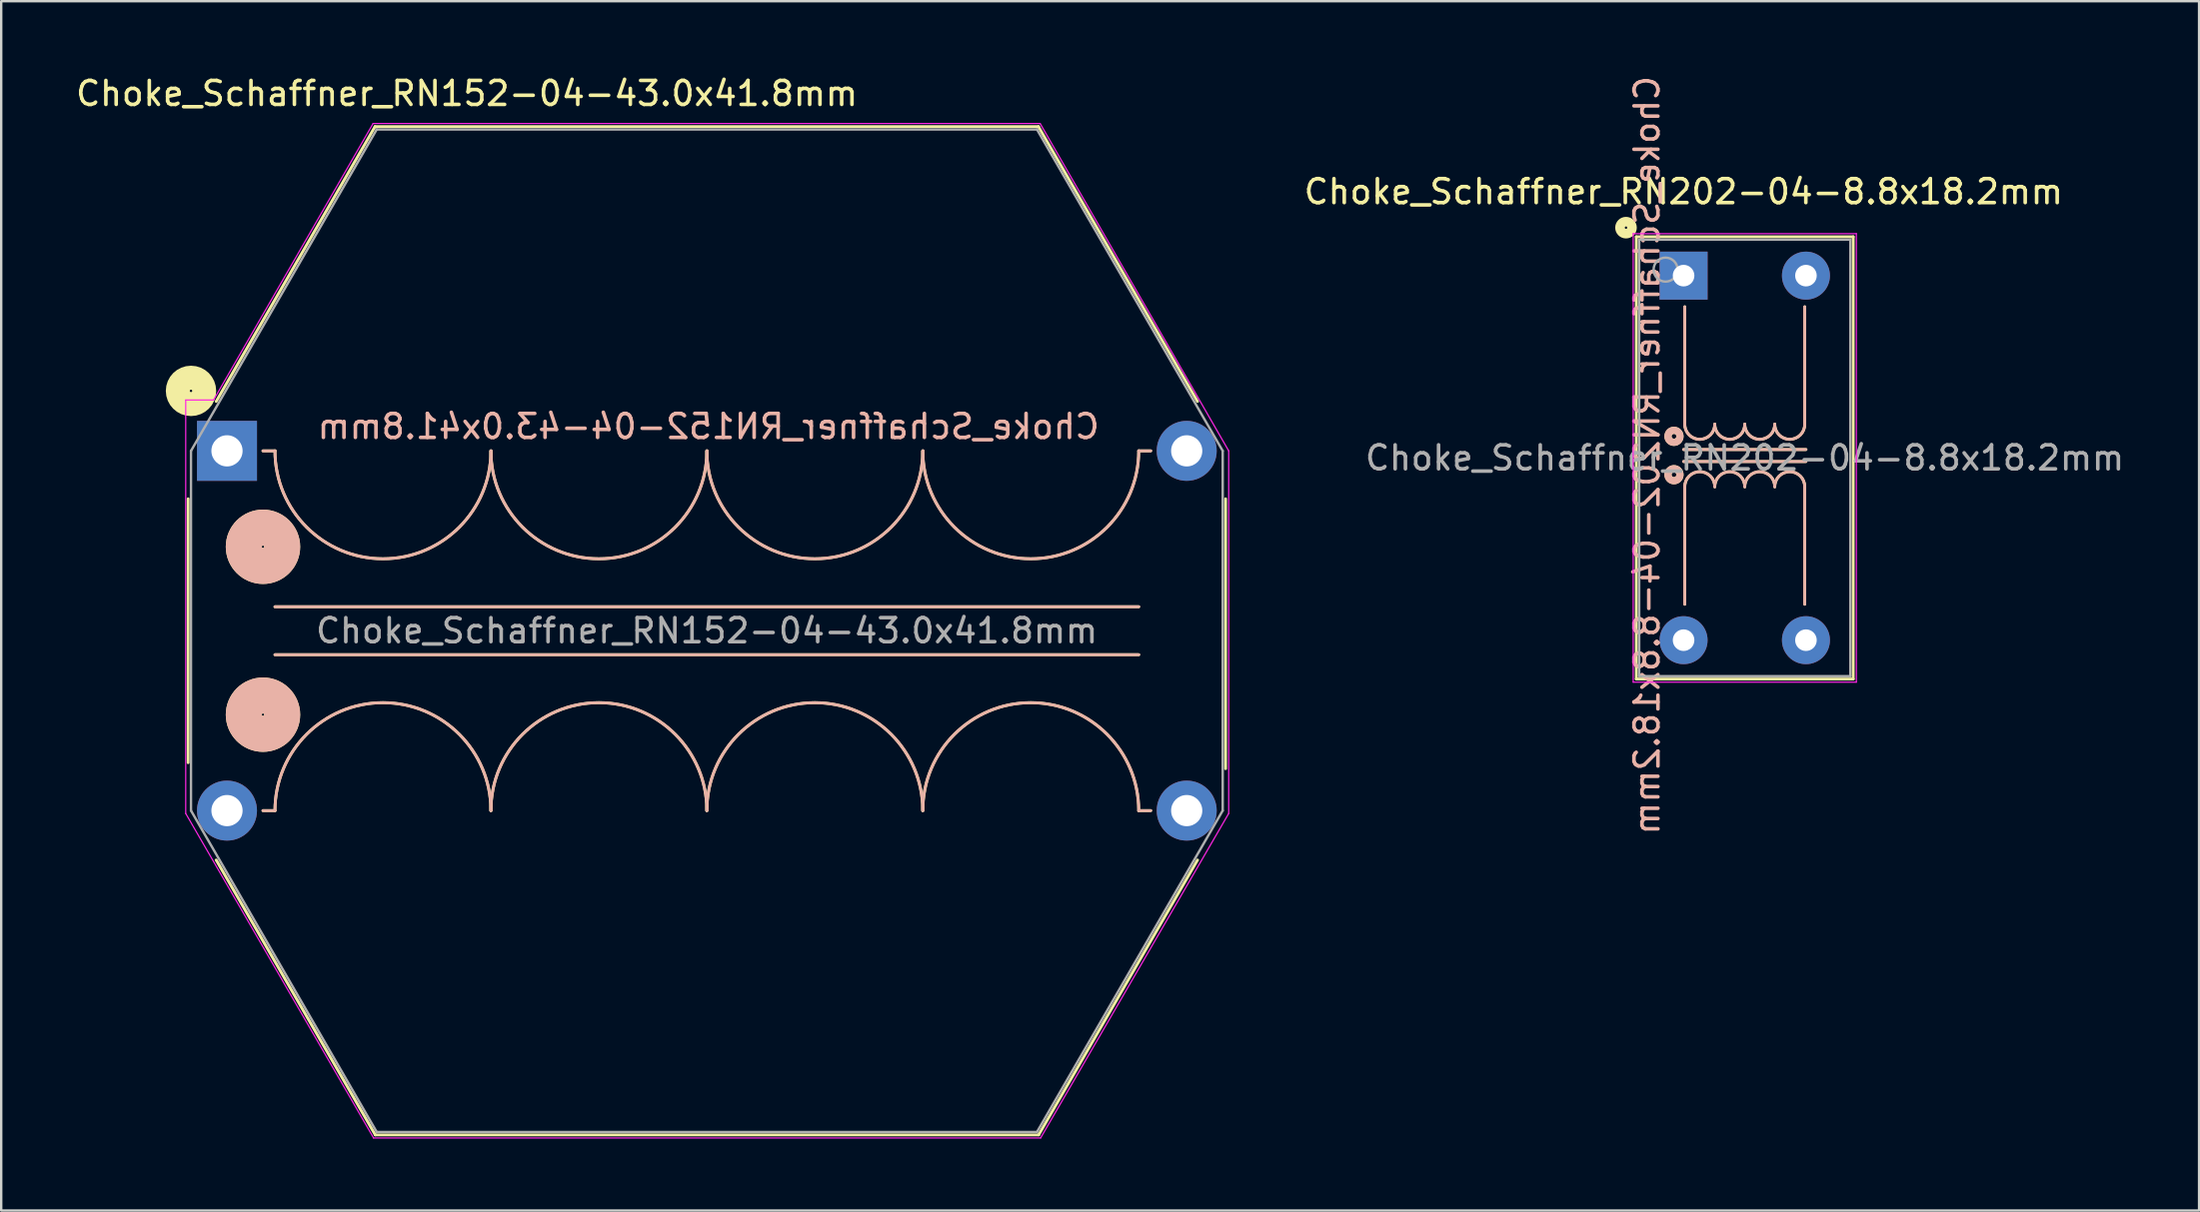
<source format=kicad_pcb>
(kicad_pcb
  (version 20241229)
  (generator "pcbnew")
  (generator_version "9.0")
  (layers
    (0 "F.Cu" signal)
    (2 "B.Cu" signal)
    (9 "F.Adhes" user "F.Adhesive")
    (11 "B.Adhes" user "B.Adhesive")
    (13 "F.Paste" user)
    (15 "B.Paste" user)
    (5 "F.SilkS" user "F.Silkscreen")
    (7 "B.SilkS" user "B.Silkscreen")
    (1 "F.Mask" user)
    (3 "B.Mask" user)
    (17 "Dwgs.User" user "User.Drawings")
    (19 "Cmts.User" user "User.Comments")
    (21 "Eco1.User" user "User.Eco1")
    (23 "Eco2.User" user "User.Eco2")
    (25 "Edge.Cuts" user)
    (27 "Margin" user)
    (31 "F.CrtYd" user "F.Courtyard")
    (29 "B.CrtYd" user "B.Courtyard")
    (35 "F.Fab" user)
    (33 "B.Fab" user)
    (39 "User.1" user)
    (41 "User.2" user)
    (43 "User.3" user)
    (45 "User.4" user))
  (footprint "Choke_Schaffner_RN152-04-43.0x41.8mm"
    (layer "F.Cu")
    (at 6.411 15.748)
    (property "Reference" "Choke_Schaffner_RN152-04-43.0x41.8mm" (at 10 -14.9 0) (layer "F.SilkS") (effects (font (size 1 1) (thickness 0.15))))
    (fp_line (start -1.62 13) (end -1.62 2) (stroke (width 0.12) (type solid)) (layer "F.SilkS"))
    (fp_line (start -0.45 -2.06) (end 6.17 -13.52) (stroke (width 0.12) (type solid)) (layer "F.SilkS"))
    (fp_line (start 2 0) (end 1.5 0) (stroke (width 0.12) (type solid)) (layer "F.SilkS"))
    (fp_line (start 2 8.5) (end 38 8.5) (stroke (width 0.12) (type solid)) (layer "F.SilkS"))
    (fp_line (start 2 15) (end 1.5 15) (stroke (width 0.12) (type solid)) (layer "F.SilkS"))
    (fp_line (start 6.17 -13.52) (end 33.82 -13.52) (stroke (width 0.12) (type solid)) (layer "F.SilkS"))
    (fp_line (start 6.18 28.52) (end -0.45 17.06) (stroke (width 0.12) (type solid)) (layer "F.SilkS"))
    (fp_line (start 33.82 -13.52) (end 40.45 -2.06) (stroke (width 0.12) (type solid)) (layer "F.SilkS"))
    (fp_line (start 33.83 28.52) (end 6.18 28.52) (stroke (width 0.12) (type solid)) (layer "F.SilkS"))
    (fp_line (start 38 0) (end 38.5 0) (stroke (width 0.12) (type solid)) (layer "F.SilkS"))
    (fp_line (start 38 6.5) (end 2 6.5) (stroke (width 0.12) (type solid)) (layer "F.SilkS"))
    (fp_line (start 38 15) (end 38.5 15) (stroke (width 0.12) (type solid)) (layer "F.SilkS"))
    (fp_line (start 40.45 17.06) (end 33.83 28.52) (stroke (width 0.12) (type solid)) (layer "F.SilkS"))
    (fp_line (start 41.62 2) (end 41.62 13.25) (stroke (width 0.12) (type solid)) (layer "F.SilkS"))
    (fp_arc (start 2 15) (mid 6.5 10.5) (end 11 15) (stroke (width 0.12) (type solid)) (layer "F.SilkS"))
    (fp_arc (start 11 0) (mid 6.5 4.5) (end 2 0) (stroke (width 0.12) (type solid)) (layer "F.SilkS"))
    (fp_arc (start 11 15) (mid 15.5 10.5) (end 20 15) (stroke (width 0.12) (type solid)) (layer "F.SilkS"))
    (fp_arc (start 20 0) (mid 15.5 4.5) (end 11 0) (stroke (width 0.12) (type solid)) (layer "F.SilkS"))
    (fp_arc (start 20 15) (mid 24.5 10.5) (end 29 15) (stroke (width 0.12) (type solid)) (layer "F.SilkS"))
    (fp_arc (start 29 0) (mid 24.5 4.5) (end 20 0) (stroke (width 0.12) (type solid)) (layer "F.SilkS"))
    (fp_arc (start 29 15) (mid 33.5 10.5) (end 38 15) (stroke (width 0.12) (type solid)) (layer "F.SilkS"))
    (fp_arc (start 38 0) (mid 33.5 4.5) (end 29 0) (stroke (width 0.12) (type solid)) (layer "F.SilkS"))
    (fp_circle (center -1.5 -2.5) (end -1.45 -2.5) (stroke (width 1) (type solid)) (fill no) (layer "F.SilkS"))
    (fp_circle (center 1.5 4) (end 1.55 4) (stroke (width 1.5) (type solid)) (fill no) (layer "F.SilkS"))
    (fp_circle (center 1.5 11) (end 1.55 11) (stroke (width 1.5) (type solid)) (fill no) (layer "F.SilkS"))
    (fp_line (start 2 0) (end 1.5 0) (stroke (width 0.12) (type solid)) (layer "B.SilkS"))
    (fp_line (start 2 6.5) (end 38 6.5) (stroke (width 0.12) (type solid)) (layer "B.SilkS"))
    (fp_line (start 2 15) (end 1.5 15) (stroke (width 0.12) (type solid)) (layer "B.SilkS"))
    (fp_line (start 38 0) (end 38.5 0) (stroke (width 0.12) (type solid)) (layer "B.SilkS"))
    (fp_line (start 38 8.5) (end 2 8.5) (stroke (width 0.12) (type solid)) (layer "B.SilkS"))
    (fp_line (start 38 15) (end 38.5 15) (stroke (width 0.12) (type solid)) (layer "B.SilkS"))
    (fp_arc (start 2 15) (mid 6.5 10.5) (end 11 15) (stroke (width 0.12) (type solid)) (layer "B.SilkS"))
    (fp_arc (start 11 0) (mid 6.5 4.5) (end 2 0) (stroke (width 0.12) (type solid)) (layer "B.SilkS"))
    (fp_arc (start 11 15) (mid 15.5 10.5) (end 20 15) (stroke (width 0.12) (type solid)) (layer "B.SilkS"))
    (fp_arc (start 20 0) (mid 15.5 4.5) (end 11 0) (stroke (width 0.12) (type solid)) (layer "B.SilkS"))
    (fp_arc (start 20 15) (mid 24.5 10.5) (end 29 15) (stroke (width 0.12) (type solid)) (layer "B.SilkS"))
    (fp_arc (start 29 0) (mid 24.5 4.5) (end 20 0) (stroke (width 0.12) (type solid)) (layer "B.SilkS"))
    (fp_arc (start 29 15) (mid 33.5 10.5) (end 38 15) (stroke (width 0.12) (type solid)) (layer "B.SilkS"))
    (fp_arc (start 38 0) (mid 33.5 4.5) (end 29 0) (stroke (width 0.12) (type solid)) (layer "B.SilkS"))
    (fp_circle (center 1.5 4) (end 1.55 4) (stroke (width 1.5) (type solid)) (fill no) (layer "B.SilkS"))
    (fp_circle (center 1.5 11) (end 1.55 11) (stroke (width 1.5) (type solid)) (fill no) (layer "B.SilkS"))
    (fp_line (start -1.72 -2.12) (end -0.56 -2.12) (stroke (width 0.05) (type solid)) (layer "F.CrtYd"))
    (fp_line (start -1.72 15.12) (end -1.72 -2.12) (stroke (width 0.05) (type solid)) (layer "F.CrtYd"))
    (fp_line (start -0.56 -2.12) (end 6.09 -13.65) (stroke (width 0.05) (type solid)) (layer "F.CrtYd"))
    (fp_line (start 6.09 -13.65) (end 33.89 -13.65) (stroke (width 0.05) (type solid)) (layer "F.CrtYd"))
    (fp_line (start 6.11 28.65) (end -1.72 15.12) (stroke (width 0.05) (type solid)) (layer "F.CrtYd"))
    (fp_line (start 33.89 -13.65) (end 41.75 0) (stroke (width 0.05) (type solid)) (layer "F.CrtYd"))
    (fp_line (start 33.91 28.65) (end 6.11 28.65) (stroke (width 0.05) (type solid)) (layer "F.CrtYd"))
    (fp_line (start 41.75 0) (end 41.75 15.12) (stroke (width 0.05) (type solid)) (layer "F.CrtYd"))
    (fp_line (start 41.75 15.12) (end 33.91 28.65) (stroke (width 0.05) (type solid)) (layer "F.CrtYd"))
    (fp_line (start -1.5 0) (end 6.24 -13.4) (stroke (width 0.1) (type solid)) (layer "F.Fab"))
    (fp_line (start -1.5 15) (end -1.5 0) (stroke (width 0.1) (type solid)) (layer "F.Fab"))
    (fp_line (start 6.24 -13.4) (end 33.76 -13.4) (stroke (width 0.1) (type solid)) (layer "F.Fab"))
    (fp_line (start 6.24 28.4) (end -1.5 15) (stroke (width 0.1) (type solid)) (layer "F.Fab"))
    (fp_line (start 33.76 -13.4) (end 41.5 0) (stroke (width 0.1) (type solid)) (layer "F.Fab"))
    (fp_line (start 33.76 28.4) (end 6.24 28.4) (stroke (width 0.1) (type solid)) (layer "F.Fab"))
    (fp_line (start 41.5 0) (end 41.5 15) (stroke (width 0.1) (type solid)) (layer "F.Fab"))
    (fp_line (start 41.5 15) (end 33.76 28.4) (stroke (width 0.1) (type solid)) (layer "F.Fab"))
    (fp_circle (center 0 0) (end 0.5 0) (stroke (width 0.1) (type solid)) (fill no) (layer "F.Fab"))
    (fp_text user "${REFERENCE}" (at 20.066 -1.016 0) (layer "B.SilkS") (effects (font (size 1 1) (thickness 0.15)) (justify mirror)))
    (fp_text user "${REFERENCE}" (at 20 7.5 0) (layer "F.Fab") (effects (font (size 1 1) (thickness 0.15))))
    (pad "1" thru_hole rect (at 0 0) (size 2.5 2.5) (drill 1.3) (layers "*.Cu" "*.Mask"))
    (pad "2" thru_hole circle (at 40 0) (size 2.5 2.5) (drill 1.3) (layers "*.Cu" "*.Mask"))
    (pad "3" thru_hole circle (at 0 15) (size 2.5 2.5) (drill 1.3) (layers "*.Cu" "*.Mask"))
    (pad "4" thru_hole circle (at 40 15) (size 2.5 2.5) (drill 1.3) (layers "*.Cu" "*.Mask")))
  (footprint "Choke_Schaffner_RN202-04-8.8x18.2mm"
    (layer "F.Cu")
    (at 67.12 8.442)
    (property "Reference" "Choke_Schaffner_RN202-04-8.8x18.2mm" (at 0 -3.5 0) (layer "F.SilkS") (effects (font (size 1 1) (thickness 0.15))))
    (fp_line (start -1.97 -1.62) (end 7.07 -1.62) (stroke (width 0.12) (type solid)) (layer "F.SilkS"))
    (fp_line (start -1.97 16.82) (end -1.97 -1.62) (stroke (width 0.12) (type solid)) (layer "F.SilkS"))
    (fp_line (start 0 7.75) (end 5.1 7.75) (stroke (width 0.12) (type solid)) (layer "F.SilkS"))
    (fp_line (start 0.05 1.3) (end 0.05 6.2) (stroke (width 0.12) (type solid)) (layer "F.SilkS"))
    (fp_line (start 0.05 8.8) (end 0.05 13.7) (stroke (width 0.12) (type solid)) (layer "F.SilkS"))
    (fp_line (start 5.05 6.2) (end 5.05 1.3) (stroke (width 0.12) (type solid)) (layer "F.SilkS"))
    (fp_line (start 5.05 13.7) (end 5.05 8.8) (stroke (width 0.12) (type solid)) (layer "F.SilkS"))
    (fp_line (start 5.1 7.25) (end 0 7.25) (stroke (width 0.12) (type solid)) (layer "F.SilkS"))
    (fp_line (start 7.07 -1.62) (end 7.07 16.82) (stroke (width 0.12) (type solid)) (layer "F.SilkS"))
    (fp_line (start 7.07 16.82) (end -1.97 16.82) (stroke (width 0.12) (type solid)) (layer "F.SilkS"))
    (fp_arc (start 0.05 8.8) (mid 0.675 8.175) (end 1.3 8.8) (stroke (width 0.12) (type solid)) (layer "F.SilkS"))
    (fp_arc (start 1.3 6.2) (mid 0.675 6.825) (end 0.05 6.2) (stroke (width 0.12) (type solid)) (layer "F.SilkS"))
    (fp_arc (start 1.3 8.8) (mid 1.925 8.175) (end 2.55 8.8) (stroke (width 0.12) (type solid)) (layer "F.SilkS"))
    (fp_arc (start 2.55 6.2) (mid 1.925 6.825) (end 1.3 6.2) (stroke (width 0.12) (type solid)) (layer "F.SilkS"))
    (fp_arc (start 2.55 8.8) (mid 3.175 8.175) (end 3.8 8.8) (stroke (width 0.12) (type solid)) (layer "F.SilkS"))
    (fp_arc (start 3.8 6.2) (mid 3.175 6.825) (end 2.55 6.2) (stroke (width 0.12) (type solid)) (layer "F.SilkS"))
    (fp_arc (start 3.8 8.8) (mid 4.425 8.175) (end 5.05 8.8) (stroke (width 0.12) (type solid)) (layer "F.SilkS"))
    (fp_arc (start 5.05 6.2) (mid 4.425 6.825) (end 3.8 6.2) (stroke (width 0.12) (type solid)) (layer "F.SilkS"))
    (fp_circle (center -2.4 -2) (end -2.35 -2) (stroke (width 0.4) (type solid)) (fill no) (layer "F.SilkS"))
    (fp_circle (center -0.4 6.7) (end -0.3 6.7) (stroke (width 0.3) (type solid)) (fill no) (layer "F.SilkS"))
    (fp_circle (center -0.4 8.3) (end -0.5 8.3) (stroke (width 0.3) (type solid)) (fill no) (layer "F.SilkS"))
    (fp_line (start 0 7.25) (end 5.1 7.25) (stroke (width 0.12) (type solid)) (layer "B.SilkS"))
    (fp_line (start 0.05 6.2) (end 0.05 1.3) (stroke (width 0.12) (type solid)) (layer "B.SilkS"))
    (fp_line (start 0.05 13.7) (end 0.05 8.8) (stroke (width 0.12) (type solid)) (layer "B.SilkS"))
    (fp_line (start 5.05 1.3) (end 5.05 6.2) (stroke (width 0.12) (type solid)) (layer "B.SilkS"))
    (fp_line (start 5.05 8.8) (end 5.05 13.7) (stroke (width 0.12) (type solid)) (layer "B.SilkS"))
    (fp_line (start 5.1 7.75) (end 0 7.75) (stroke (width 0.12) (type solid)) (layer "B.SilkS"))
    (fp_arc (start 0.05 8.8) (mid 0.675 8.175) (end 1.3 8.8) (stroke (width 0.12) (type solid)) (layer "B.SilkS"))
    (fp_arc (start 1.3 6.2) (mid 0.675 6.825) (end 0.05 6.2) (stroke (width 0.12) (type solid)) (layer "B.SilkS"))
    (fp_arc (start 1.3 8.8) (mid 1.925 8.175) (end 2.55 8.8) (stroke (width 0.12) (type solid)) (layer "B.SilkS"))
    (fp_arc (start 2.55 6.2) (mid 1.925 6.825) (end 1.3 6.2) (stroke (width 0.12) (type solid)) (layer "B.SilkS"))
    (fp_arc (start 2.55 8.8) (mid 3.175 8.175) (end 3.8 8.8) (stroke (width 0.12) (type solid)) (layer "B.SilkS"))
    (fp_arc (start 3.8 6.2) (mid 3.175 6.825) (end 2.55 6.2) (stroke (width 0.12) (type solid)) (layer "B.SilkS"))
    (fp_arc (start 3.8 8.8) (mid 4.425 8.175) (end 5.05 8.8) (stroke (width 0.12) (type solid)) (layer "B.SilkS"))
    (fp_arc (start 5.05 6.2) (mid 4.425 6.825) (end 3.8 6.2) (stroke (width 0.12) (type solid)) (layer "B.SilkS"))
    (fp_circle (center -0.4 6.7) (end -0.5 6.7) (stroke (width 0.3) (type solid)) (fill no) (layer "B.SilkS"))
    (fp_circle (center -0.4 8.3) (end -0.3 8.3) (stroke (width 0.3) (type solid)) (fill no) (layer "B.SilkS"))
    (fp_line (start -2.1 -1.75) (end -2.1 16.95) (stroke (width 0.05) (type solid)) (layer "F.CrtYd"))
    (fp_line (start -2.1 16.95) (end 7.2 16.95) (stroke (width 0.05) (type solid)) (layer "F.CrtYd"))
    (fp_line (start 7.2 -1.75) (end -2.1 -1.75) (stroke (width 0.05) (type solid)) (layer "F.CrtYd"))
    (fp_line (start 7.2 16.95) (end 7.2 -1.75) (stroke (width 0.05) (type solid)) (layer "F.CrtYd"))
    (fp_line (start -1.85 -1.5) (end 6.95 -1.5) (stroke (width 0.1) (type solid)) (layer "F.Fab"))
    (fp_line (start -1.85 -1) (end -1.85 -1.5) (stroke (width 0.1) (type solid)) (layer "F.Fab"))
    (fp_line (start -1.85 16.7) (end -1.85 -1) (stroke (width 0.1) (type solid)) (layer "F.Fab"))
    (fp_line (start 6.95 -1.5) (end 6.95 16.7) (stroke (width 0.1) (type solid)) (layer "F.Fab"))
    (fp_line (start 6.95 16.7) (end -1.85 16.7) (stroke (width 0.1) (type solid)) (layer "F.Fab"))
    (fp_circle (center -0.75 -0.25) (end -0.25 -0.25) (stroke (width 0.1) (type solid)) (fill no) (layer "F.Fab"))
    (fp_text user "${REFERENCE}" (at -1.524 7.493 90) (layer "B.SilkS") (effects (font (size 1 1) (thickness 0.15)) (justify mirror)))
    (fp_text user "${REFERENCE}" (at 2.55 7.6 0) (layer "F.Fab") (effects (font (size 1 1) (thickness 0.15))))
    (pad "1" thru_hole rect (at 0 0) (size 2 2) (drill 0.9) (layers "*.Cu" "*.Mask"))
    (pad "2" thru_hole circle (at 5.1 0) (size 2 2) (drill 0.9) (layers "*.Cu" "*.Mask"))
    (pad "3" thru_hole circle (at 0 15.2) (size 2 2) (drill 0.9) (layers "*.Cu" "*.Mask"))
    (pad "4" thru_hole circle (at 5.1 15.2) (size 2 2) (drill 0.9) (layers "*.Cu" "*.Mask")))
  (gr_rect
    (start -3 -3)
    (end 88.605 47.423)
    (stroke (width 0.1) (type default))
    (fill no)
    (layer "Edge.Cuts")))
</source>
